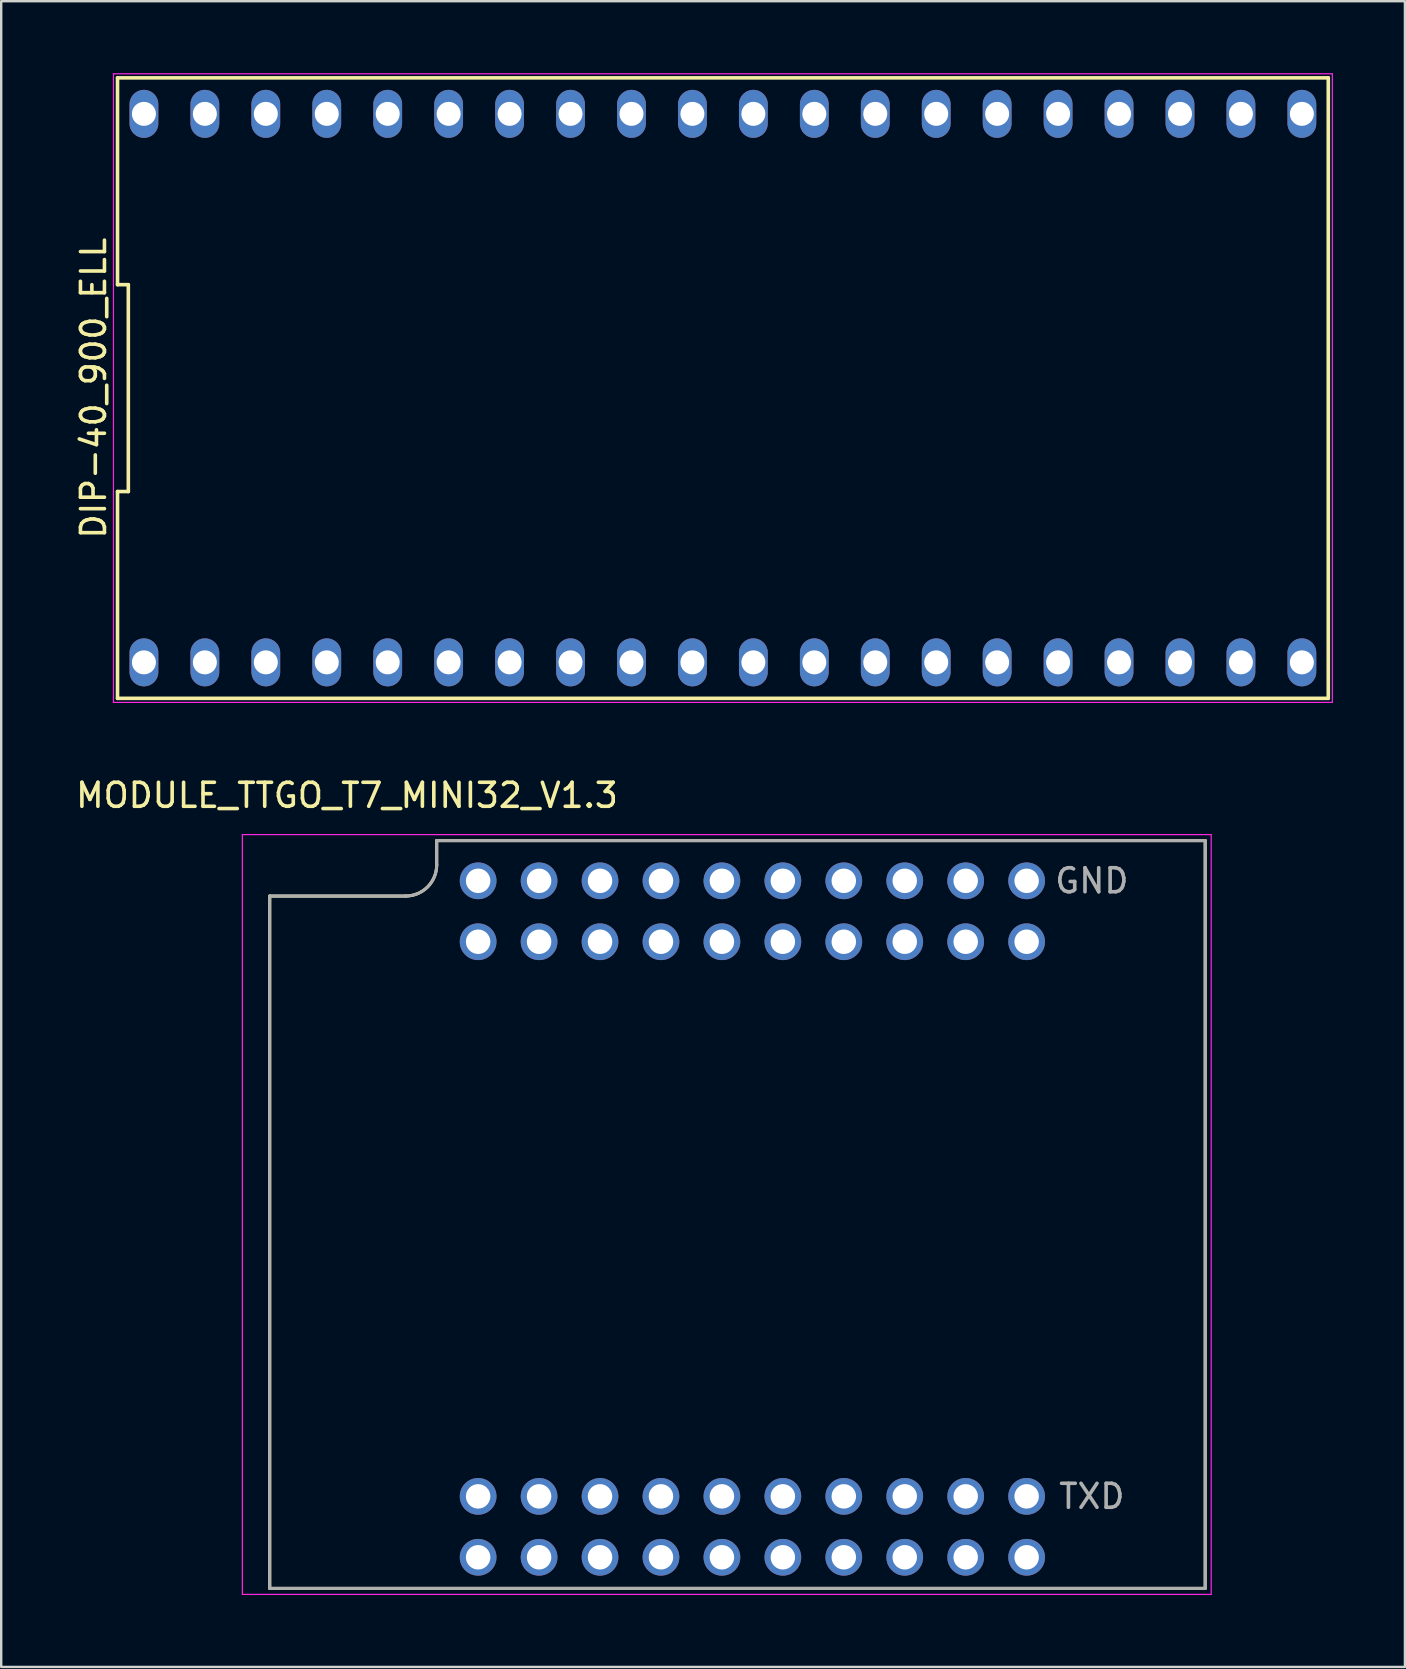
<source format=kicad_pcb>
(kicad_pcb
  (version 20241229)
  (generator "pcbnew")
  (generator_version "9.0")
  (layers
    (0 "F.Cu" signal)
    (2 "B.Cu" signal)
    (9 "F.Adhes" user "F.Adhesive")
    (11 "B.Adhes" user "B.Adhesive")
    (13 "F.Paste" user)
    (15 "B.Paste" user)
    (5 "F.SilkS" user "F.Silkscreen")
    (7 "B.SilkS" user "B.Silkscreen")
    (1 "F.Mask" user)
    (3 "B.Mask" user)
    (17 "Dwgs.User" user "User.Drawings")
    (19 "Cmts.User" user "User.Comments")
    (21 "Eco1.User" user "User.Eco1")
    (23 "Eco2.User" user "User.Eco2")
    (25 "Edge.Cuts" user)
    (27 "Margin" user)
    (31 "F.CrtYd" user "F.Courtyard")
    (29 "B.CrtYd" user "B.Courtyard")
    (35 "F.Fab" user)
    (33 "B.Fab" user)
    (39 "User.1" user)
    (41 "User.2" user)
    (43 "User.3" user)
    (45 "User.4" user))
  (footprint "DIP-40_900_ELL"
    (layer "F.Cu")
    (at 1.678 13.125)
    (property "Reference" "DIP-40_900_ELL" (at -0.83 0 90) (layer "F.SilkS") (effects (font (size 1 1) (thickness 0.15))))
    (attr through_hole)
    (fp_line (start 0.17 -12.93) (end 0.17 -4.31) (stroke (width 0.15) (type solid)) (layer "F.SilkS"))
    (fp_line (start 0.17 -4.31) (end 0.62 -4.31) (stroke (width 0.15) (type solid)) (layer "F.SilkS"))
    (fp_line (start 0.17 4.31) (end 0.17 12.93) (stroke (width 0.15) (type solid)) (layer "F.SilkS"))
    (fp_line (start 0.17 12.93) (end 50.63 12.93) (stroke (width 0.15) (type solid)) (layer "F.SilkS"))
    (fp_line (start 0.62 -4.31) (end 0.62 4.31) (stroke (width 0.15) (type solid)) (layer "F.SilkS"))
    (fp_line (start 0.62 4.31) (end 0.17 4.31) (stroke (width 0.15) (type solid)) (layer "F.SilkS"))
    (fp_line (start 50.63 -12.93) (end 0.17 -12.93) (stroke (width 0.15) (type solid)) (layer "F.SilkS"))
    (fp_line (start 50.63 12.93) (end 50.63 -12.93) (stroke (width 0.15) (type solid)) (layer "F.SilkS"))
    (fp_line (start 0 -13.1) (end 50.8 -13.1) (stroke (width 0.05) (type solid)) (layer "F.CrtYd"))
    (fp_line (start 0 13.1) (end 0 -13.1) (stroke (width 0.05) (type solid)) (layer "F.CrtYd"))
    (fp_line (start 50.8 -13.1) (end 50.8 13.1) (stroke (width 0.05) (type solid)) (layer "F.CrtYd"))
    (fp_line (start 50.8 13.1) (end 0 13.1) (stroke (width 0.05) (type solid)) (layer "F.CrtYd"))
    (pad "1" thru_hole oval (at 1.27 11.43) (size 1.2 2) (drill 1) (layers "*.Cu" "*.Mask"))
    (pad "2" thru_hole oval (at 3.81 11.43) (size 1.2 2) (drill 1) (layers "*.Cu" "*.Mask"))
    (pad "3" thru_hole oval (at 6.35 11.43) (size 1.2 2) (drill 1) (layers "*.Cu" "*.Mask"))
    (pad "4" thru_hole oval (at 8.89 11.43) (size 1.2 2) (drill 1) (layers "*.Cu" "*.Mask"))
    (pad "5" thru_hole oval (at 11.43 11.43) (size 1.2 2) (drill 1) (layers "*.Cu" "*.Mask"))
    (pad "6" thru_hole oval (at 13.97 11.43) (size 1.2 2) (drill 1) (layers "*.Cu" "*.Mask"))
    (pad "7" thru_hole oval (at 16.51 11.43) (size 1.2 2) (drill 1) (layers "*.Cu" "*.Mask"))
    (pad "8" thru_hole oval (at 19.05 11.43) (size 1.2 2) (drill 1) (layers "*.Cu" "*.Mask"))
    (pad "9" thru_hole oval (at 21.59 11.43) (size 1.2 2) (drill 1) (layers "*.Cu" "*.Mask"))
    (pad "10" thru_hole oval (at 24.13 11.43) (size 1.2 2) (drill 1) (layers "*.Cu" "*.Mask"))
    (pad "11" thru_hole oval (at 26.67 11.43) (size 1.2 2) (drill 1) (layers "*.Cu" "*.Mask"))
    (pad "12" thru_hole oval (at 29.21 11.43) (size 1.2 2) (drill 1) (layers "*.Cu" "*.Mask"))
    (pad "13" thru_hole oval (at 31.75 11.43) (size 1.2 2) (drill 1) (layers "*.Cu" "*.Mask"))
    (pad "14" thru_hole oval (at 34.29 11.43) (size 1.2 2) (drill 1) (layers "*.Cu" "*.Mask"))
    (pad "15" thru_hole oval (at 36.83 11.43) (size 1.2 2) (drill 1) (layers "*.Cu" "*.Mask"))
    (pad "16" thru_hole oval (at 39.37 11.43) (size 1.2 2) (drill 1) (layers "*.Cu" "*.Mask"))
    (pad "17" thru_hole oval (at 41.91 11.43) (size 1.2 2) (drill 1) (layers "*.Cu" "*.Mask"))
    (pad "18" thru_hole oval (at 44.45 11.43) (size 1.2 2) (drill 1) (layers "*.Cu" "*.Mask"))
    (pad "19" thru_hole oval (at 46.99 11.43) (size 1.2 2) (drill 1) (layers "*.Cu" "*.Mask"))
    (pad "20" thru_hole oval (at 49.53 11.43) (size 1.2 2) (drill 1) (layers "*.Cu" "*.Mask"))
    (pad "21" thru_hole oval (at 49.53 -11.43) (size 1.2 2) (drill 1) (layers "*.Cu" "*.Mask"))
    (pad "22" thru_hole oval (at 46.99 -11.43) (size 1.2 2) (drill 1) (layers "*.Cu" "*.Mask"))
    (pad "23" thru_hole oval (at 44.45 -11.43) (size 1.2 2) (drill 1) (layers "*.Cu" "*.Mask"))
    (pad "24" thru_hole oval (at 41.91 -11.43) (size 1.2 2) (drill 1) (layers "*.Cu" "*.Mask"))
    (pad "25" thru_hole oval (at 39.37 -11.43) (size 1.2 2) (drill 1) (layers "*.Cu" "*.Mask"))
    (pad "26" thru_hole oval (at 36.83 -11.43) (size 1.2 2) (drill 1) (layers "*.Cu" "*.Mask"))
    (pad "27" thru_hole oval (at 34.29 -11.43) (size 1.2 2) (drill 1) (layers "*.Cu" "*.Mask"))
    (pad "28" thru_hole oval (at 31.75 -11.43) (size 1.2 2) (drill 1) (layers "*.Cu" "*.Mask"))
    (pad "29" thru_hole oval (at 29.21 -11.43) (size 1.2 2) (drill 1) (layers "*.Cu" "*.Mask"))
    (pad "30" thru_hole oval (at 26.67 -11.43) (size 1.2 2) (drill 1) (layers "*.Cu" "*.Mask"))
    (pad "31" thru_hole oval (at 24.13 -11.43) (size 1.2 2) (drill 1) (layers "*.Cu" "*.Mask"))
    (pad "32" thru_hole oval (at 21.59 -11.43) (size 1.2 2) (drill 1) (layers "*.Cu" "*.Mask"))
    (pad "33" thru_hole oval (at 19.05 -11.43) (size 1.2 2) (drill 1) (layers "*.Cu" "*.Mask"))
    (pad "34" thru_hole oval (at 16.51 -11.43) (size 1.2 2) (drill 1) (layers "*.Cu" "*.Mask"))
    (pad "35" thru_hole oval (at 13.97 -11.43) (size 1.2 2) (drill 1) (layers "*.Cu" "*.Mask"))
    (pad "36" thru_hole oval (at 11.43 -11.43) (size 1.2 2) (drill 1) (layers "*.Cu" "*.Mask"))
    (pad "37" thru_hole oval (at 8.89 -11.43) (size 1.2 2) (drill 1) (layers "*.Cu" "*.Mask"))
    (pad "38" thru_hole oval (at 6.35 -11.43) (size 1.2 2) (drill 1) (layers "*.Cu" "*.Mask"))
    (pad "39" thru_hole oval (at 3.81 -11.43) (size 1.2 2) (drill 1) (layers "*.Cu" "*.Mask"))
    (pad "40" thru_hole oval (at 1.27 -11.43) (size 1.2 2) (drill 1) (layers "*.Cu" "*.Mask")))
  (footprint "MODULE_TTGO_T7_MINI32_V1.3"
    (layer "F.Cu")
    (at 27.685 47.566)
    (property "Reference" "MODULE_TTGO_T7_MINI32_V1.3" (at -16.274 -17.468 0) (layer "F.SilkS") (effects (font (size 1 1) (thickness 0.15))))
    (attr through_hole)
    (fp_line (start -19.494 -13.271) (end -13.831 -13.271) (stroke (width 0.127) (type solid)) (layer "F.SilkS"))
    (fp_line (start -19.494 15.583) (end -19.494 -13.271) (stroke (width 0.127) (type solid)) (layer "F.SilkS"))
    (fp_line (start -12.535 -15.583) (end 19.494 -15.583) (stroke (width 0.127) (type solid)) (layer "F.SilkS"))
    (fp_line (start -12.535 -14.568) (end -12.535 -15.583) (stroke (width 0.127) (type solid)) (layer "F.SilkS"))
    (fp_line (start 19.494 -15.583) (end 19.494 15.583) (stroke (width 0.127) (type solid)) (layer "F.SilkS"))
    (fp_line (start 19.494 15.583) (end -19.494 15.583) (stroke (width 0.127) (type solid)) (layer "F.SilkS"))
    (fp_arc (start -12.5349 -14.5678) (mid -12.914577 -13.651177) (end -13.8312 -13.2715) (stroke (width 0.127) (type solid)) (layer "F.SilkS"))
    (fp_line (start -20.634 -15.833) (end -20.634 15.833) (stroke (width 0.05) (type solid)) (layer "F.CrtYd"))
    (fp_line (start -20.634 15.833) (end 19.744 15.833) (stroke (width 0.05) (type solid)) (layer "F.CrtYd"))
    (fp_line (start 19.744 -15.833) (end -20.634 -15.833) (stroke (width 0.05) (type solid)) (layer "F.CrtYd"))
    (fp_line (start 19.744 15.833) (end 19.744 -15.833) (stroke (width 0.05) (type solid)) (layer "F.CrtYd"))
    (fp_line (start -19.494 -13.271) (end -13.831 -13.271) (stroke (width 0.127) (type solid)) (layer "F.Fab"))
    (fp_line (start -19.494 15.583) (end -19.494 -13.271) (stroke (width 0.127) (type solid)) (layer "F.Fab"))
    (fp_line (start -12.535 -15.583) (end 19.494 -15.583) (stroke (width 0.127) (type solid)) (layer "F.Fab"))
    (fp_line (start -12.535 -14.568) (end -12.535 -15.583) (stroke (width 0.127) (type solid)) (layer "F.Fab"))
    (fp_line (start 19.494 -15.583) (end 19.494 15.583) (stroke (width 0.127) (type solid)) (layer "F.Fab"))
    (fp_line (start 19.494 15.583) (end -19.494 15.583) (stroke (width 0.127) (type solid)) (layer "F.Fab"))
    (fp_arc (start -12.5349 -14.5678) (mid -12.914577 -13.651177) (end -13.8312 -13.2715) (stroke (width 0.127) (type solid)) (layer "F.Fab"))
    (fp_text user "GND" (at 14.77 -13.906 0) (layer "F.Fab") (effects (font (size 1 1) (thickness 0.15))))
    (fp_text user "TXD" (at 14.77 11.748 0) (layer "F.Fab") (effects (font (size 1 1) (thickness 0.15))))
    (pad "P1_1" thru_hole circle (at 12.052 -13.906) (size 1.53 1.53) (drill 1.02) (layers "*.Cu" "*.Mask"))
    (pad "P1_2" thru_hole circle (at 12.052 -11.367) (size 1.53 1.53) (drill 1.02) (layers "*.Cu" "*.Mask"))
    (pad "P1_3" thru_hole circle (at 9.512 -13.906) (size 1.53 1.53) (drill 1.02) (layers "*.Cu" "*.Mask"))
    (pad "P1_4" thru_hole circle (at 9.512 -11.367) (size 1.53 1.53) (drill 1.02) (layers "*.Cu" "*.Mask"))
    (pad "P1_5" thru_hole circle (at 6.972 -13.906) (size 1.53 1.53) (drill 1.02) (layers "*.Cu" "*.Mask"))
    (pad "P1_6" thru_hole circle (at 6.972 -11.367) (size 1.53 1.53) (drill 1.02) (layers "*.Cu" "*.Mask"))
    (pad "P1_7" thru_hole circle (at 4.432 -13.906) (size 1.53 1.53) (drill 1.02) (layers "*.Cu" "*.Mask"))
    (pad "P1_8" thru_hole circle (at 4.432 -11.367) (size 1.53 1.53) (drill 1.02) (layers "*.Cu" "*.Mask"))
    (pad "P1_9" thru_hole circle (at 1.892 -13.906) (size 1.53 1.53) (drill 1.02) (layers "*.Cu" "*.Mask"))
    (pad "P1_10" thru_hole circle (at 1.892 -11.367) (size 1.53 1.53) (drill 1.02) (layers "*.Cu" "*.Mask"))
    (pad "P1_11" thru_hole circle (at -0.648 -13.906) (size 1.53 1.53) (drill 1.02) (layers "*.Cu" "*.Mask"))
    (pad "P1_12" thru_hole circle (at -0.648 -11.367) (size 1.53 1.53) (drill 1.02) (layers "*.Cu" "*.Mask"))
    (pad "P1_13" thru_hole circle (at -3.188 -13.906) (size 1.53 1.53) (drill 1.02) (layers "*.Cu" "*.Mask"))
    (pad "P1_14" thru_hole circle (at -3.188 -11.367) (size 1.53 1.53) (drill 1.02) (layers "*.Cu" "*.Mask"))
    (pad "P1_15" thru_hole circle (at -5.728 -13.906) (size 1.53 1.53) (drill 1.02) (layers "*.Cu" "*.Mask"))
    (pad "P1_16" thru_hole circle (at -5.728 -11.367) (size 1.53 1.53) (drill 1.02) (layers "*.Cu" "*.Mask"))
    (pad "P1_17" thru_hole circle (at -8.268 -13.906) (size 1.53 1.53) (drill 1.02) (layers "*.Cu" "*.Mask"))
    (pad "P1_18" thru_hole circle (at -8.268 -11.367) (size 1.53 1.53) (drill 1.02) (layers "*.Cu" "*.Mask"))
    (pad "P1_19" thru_hole circle (at -10.808 -13.906) (size 1.53 1.53) (drill 1.02) (layers "*.Cu" "*.Mask"))
    (pad "P1_20" thru_hole circle (at -10.808 -11.367) (size 1.53 1.53) (drill 1.02) (layers "*.Cu" "*.Mask"))
    (pad "P2_1" thru_hole circle (at 12.052 11.748) (size 1.53 1.53) (drill 1.02) (layers "*.Cu" "*.Mask"))
    (pad "P2_2" thru_hole circle (at 12.052 14.287) (size 1.53 1.53) (drill 1.02) (layers "*.Cu" "*.Mask"))
    (pad "P2_3" thru_hole circle (at 9.512 11.748) (size 1.53 1.53) (drill 1.02) (layers "*.Cu" "*.Mask"))
    (pad "P2_4" thru_hole circle (at 9.512 14.287) (size 1.53 1.53) (drill 1.02) (layers "*.Cu" "*.Mask"))
    (pad "P2_5" thru_hole circle (at 6.972 11.748) (size 1.53 1.53) (drill 1.02) (layers "*.Cu" "*.Mask"))
    (pad "P2_6" thru_hole circle (at 6.972 14.287) (size 1.53 1.53) (drill 1.02) (layers "*.Cu" "*.Mask"))
    (pad "P2_7" thru_hole circle (at 4.432 11.748) (size 1.53 1.53) (drill 1.02) (layers "*.Cu" "*.Mask"))
    (pad "P2_8" thru_hole circle (at 4.432 14.287) (size 1.53 1.53) (drill 1.02) (layers "*.Cu" "*.Mask"))
    (pad "P2_9" thru_hole circle (at 1.892 11.748) (size 1.53 1.53) (drill 1.02) (layers "*.Cu" "*.Mask"))
    (pad "P2_10" thru_hole circle (at 1.892 14.287) (size 1.53 1.53) (drill 1.02) (layers "*.Cu" "*.Mask"))
    (pad "P2_11" thru_hole circle (at -0.648 11.748) (size 1.53 1.53) (drill 1.02) (layers "*.Cu" "*.Mask"))
    (pad "P2_12" thru_hole circle (at -0.648 14.287) (size 1.53 1.53) (drill 1.02) (layers "*.Cu" "*.Mask"))
    (pad "P2_13" thru_hole circle (at -3.188 11.748) (size 1.53 1.53) (drill 1.02) (layers "*.Cu" "*.Mask"))
    (pad "P2_14" thru_hole circle (at -3.188 14.287) (size 1.53 1.53) (drill 1.02) (layers "*.Cu" "*.Mask"))
    (pad "P2_15" thru_hole circle (at -5.728 11.748) (size 1.53 1.53) (drill 1.02) (layers "*.Cu" "*.Mask"))
    (pad "P2_16" thru_hole circle (at -5.728 14.287) (size 1.53 1.53) (drill 1.02) (layers "*.Cu" "*.Mask"))
    (pad "P2_17" thru_hole circle (at -8.268 11.748) (size 1.53 1.53) (drill 1.02) (layers "*.Cu" "*.Mask"))
    (pad "P2_18" thru_hole circle (at -8.268 14.287) (size 1.53 1.53) (drill 1.02) (layers "*.Cu" "*.Mask"))
    (pad "P2_19" thru_hole circle (at -10.808 11.748) (size 1.53 1.53) (drill 1.02) (layers "*.Cu" "*.Mask"))
    (pad "P2_20" thru_hole circle (at -10.808 14.287) (size 1.53 1.53) (drill 1.02) (layers "*.Cu" "*.Mask")))
  (gr_rect
    (start -3 -3)
    (end 55.503 66.424)
    (stroke (width 0.1) (type default))
    (fill no)
    (layer "Edge.Cuts")))
</source>
